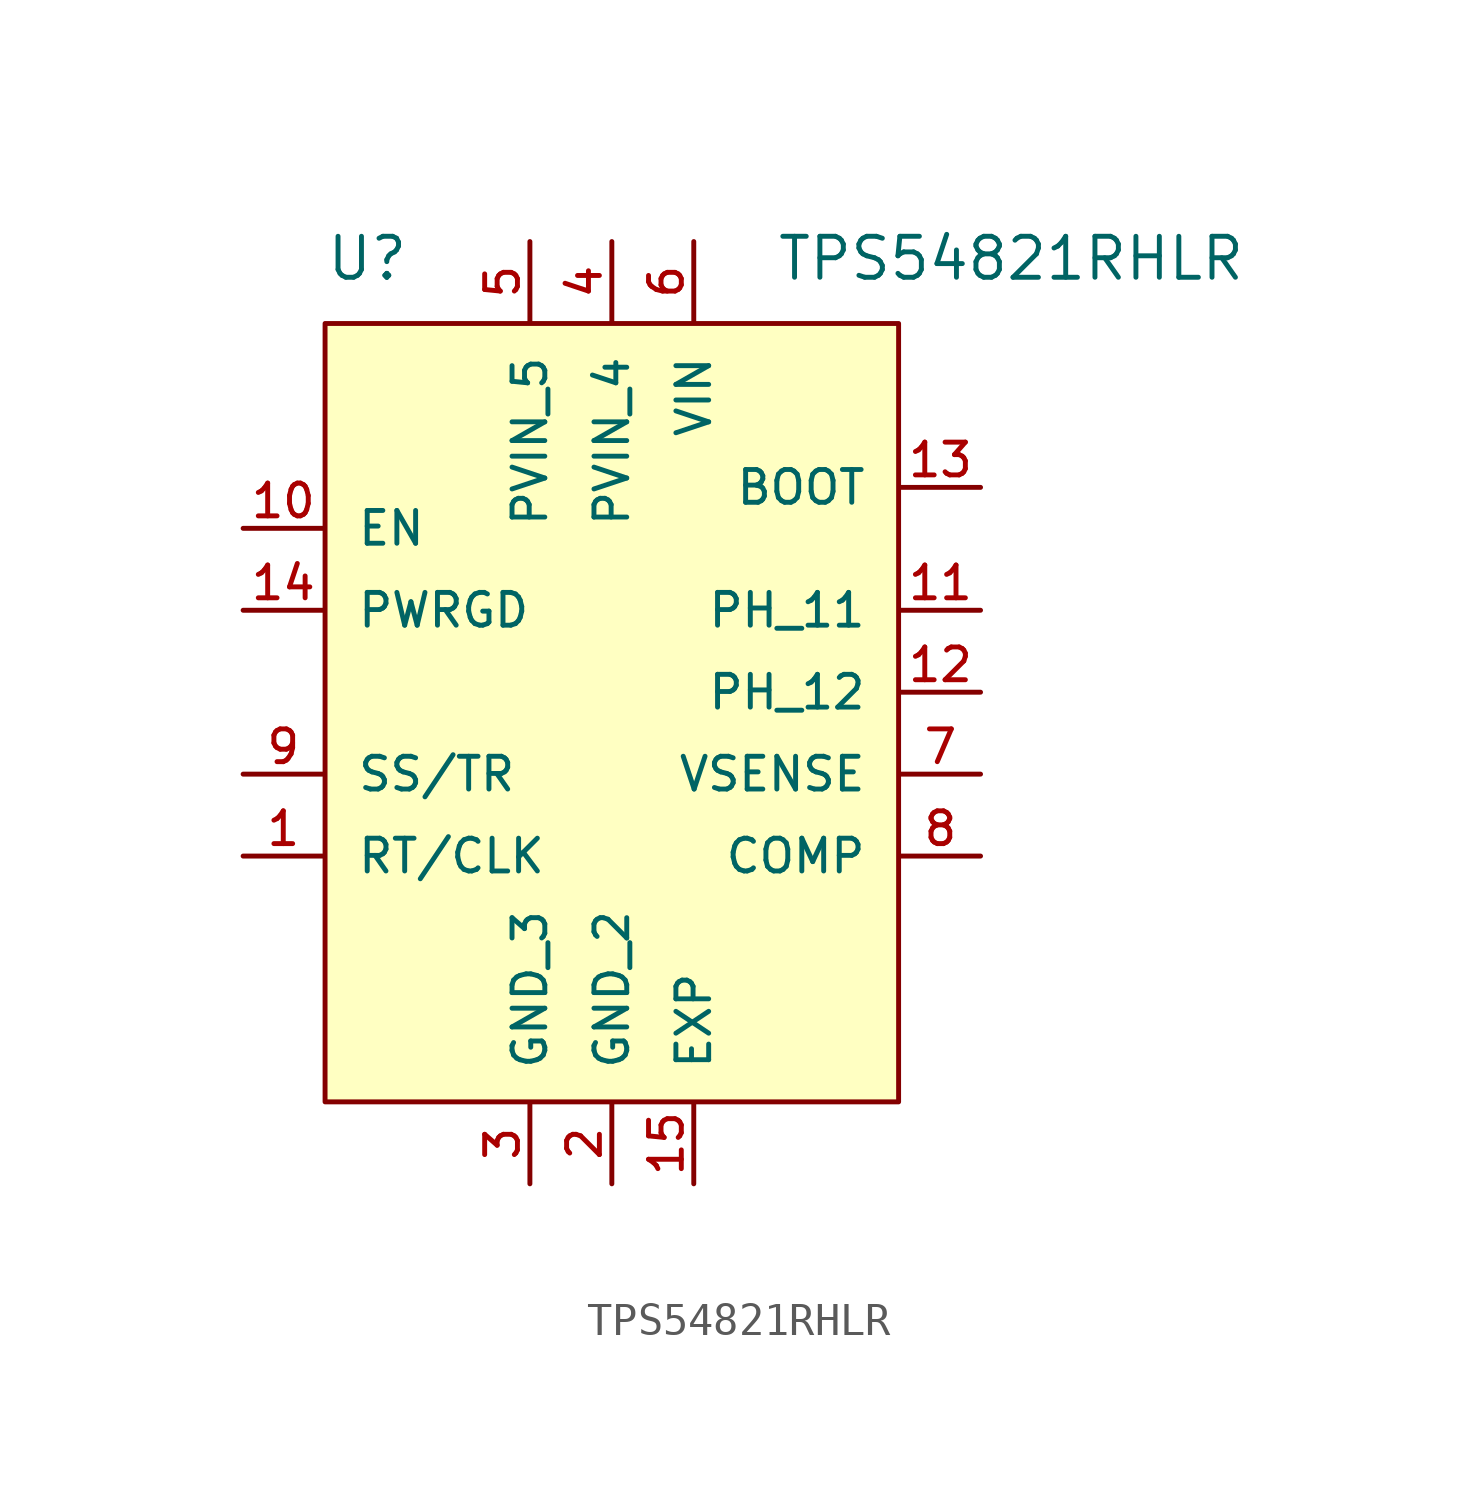
<source format=kicad_sym>
(kicad_symbol_lib
  (version 20201005)
  (generator kicad_symbol_editor)
  (symbol "TPS54821RHLR:TPS54821RHLR"
    (pin_names
      (offset 1.016))
    (property "Reference" "U"
      (at -8.89 12.7 0)
      (effects (font (size 1.27 1.27)) (justify left bottom)))
    (property "Value" "TPS54821RHLR"
      (at 5.08 12.7 0)
      (effects (font (size 1.27 1.27)) (justify left bottom)))
    (property "ki_locked" ""
      (at 0 0 0)
      (effects (font (size 1.27 1.27))))
    (symbol "TPS54821RHLR_0_0"
      (pin input line (at -11.43 -5.08 0) (length 2.489) (name "RT/CLK" (effects (font (size 1.016 1.016)))) (number "1" (effects (font (size 1.016 1.016)))))
      (pin input line (at -11.43 5.08 0) (length 2.489) (name "EN" (effects (font (size 1.016 1.016)))) (number "10" (effects (font (size 1.016 1.016)))))
      (pin output line (at 11.43 2.54 180) (length 2.489) (name "PH_11" (effects (font (size 1.016 1.016)))) (number "11" (effects (font (size 1.016 1.016)))))
      (pin output line (at 11.43 0 180) (length 2.489) (name "PH_12" (effects (font (size 1.016 1.016)))) (number "12" (effects (font (size 1.016 1.016)))))
      (pin output line (at 11.43 6.35 180) (length 2.489) (name "BOOT" (effects (font (size 1.016 1.016)))) (number "13" (effects (font (size 1.016 1.016)))))
      (pin output line (at -11.43 2.54 0) (length 2.489) (name "PWRGD" (effects (font (size 1.016 1.016)))) (number "14" (effects (font (size 1.016 1.016)))))
      (pin passive line (at 2.54 -15.24 90) (length 2.489) (name "EXP" (effects (font (size 1.016 1.016)))) (number "15" (effects (font (size 1.016 1.016)))))
      (pin power_in line (at 0 -15.24 90) (length 2.489) (name "GND_2" (effects (font (size 1.016 1.016)))) (number "2" (effects (font (size 1.016 1.016)))))
      (pin power_in line (at -2.54 -15.24 90) (length 2.489) (name "GND_3" (effects (font (size 1.016 1.016)))) (number "3" (effects (font (size 1.016 1.016)))))
      (pin input line (at 0 13.97 270) (length 2.489) (name "PVIN_4" (effects (font (size 1.016 1.016)))) (number "4" (effects (font (size 1.016 1.016)))))
      (pin input line (at -2.54 13.97 270) (length 2.489) (name "PVIN_5" (effects (font (size 1.016 1.016)))) (number "5" (effects (font (size 1.016 1.016)))))
      (pin input line (at 2.54 13.97 270) (length 2.489) (name "VIN" (effects (font (size 1.016 1.016)))) (number "6" (effects (font (size 1.016 1.016)))))
      (pin input line (at 11.43 -2.54 180) (length 2.489) (name "VSENSE" (effects (font (size 1.016 1.016)))) (number "7" (effects (font (size 1.016 1.016)))))
      (pin input line (at 11.43 -5.08 180) (length 2.489) (name "COMP" (effects (font (size 1.016 1.016)))) (number "8" (effects (font (size 1.016 1.016)))))
      (pin input line (at -11.43 -2.54 0) (length 2.489) (name "SS/TR" (effects (font (size 1.016 1.016)))) (number "9" (effects (font (size 1.016 1.016))))))
    (symbol "TPS54821RHLR_1_1"
      (rectangle (start -8.89 11.43) (end 8.89 -12.7) (stroke (width 0)) (fill (type background))))))
</source>
